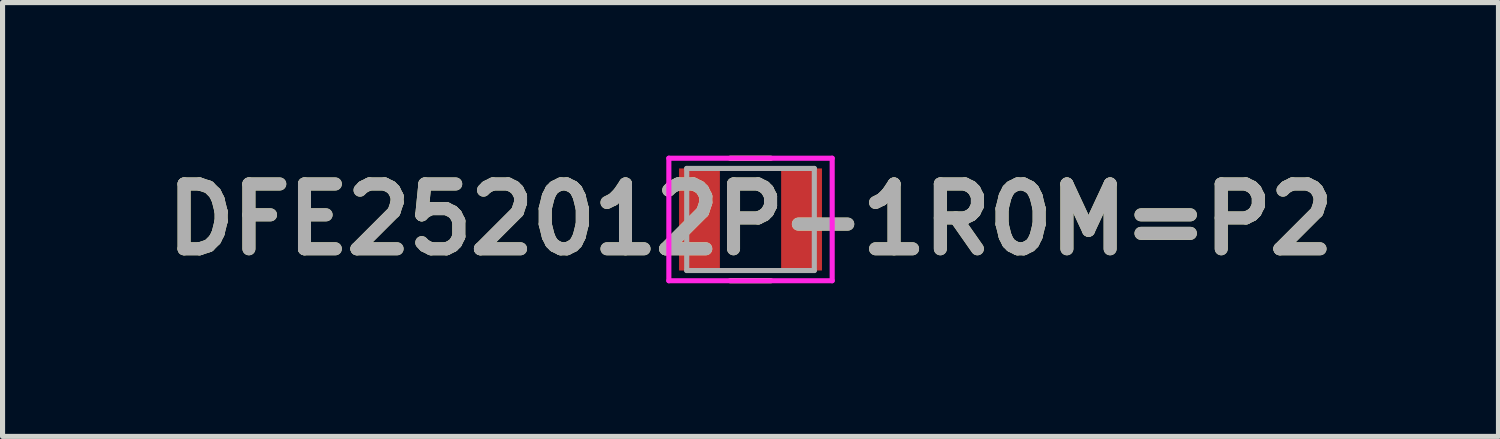
<source format=kicad_pcb>
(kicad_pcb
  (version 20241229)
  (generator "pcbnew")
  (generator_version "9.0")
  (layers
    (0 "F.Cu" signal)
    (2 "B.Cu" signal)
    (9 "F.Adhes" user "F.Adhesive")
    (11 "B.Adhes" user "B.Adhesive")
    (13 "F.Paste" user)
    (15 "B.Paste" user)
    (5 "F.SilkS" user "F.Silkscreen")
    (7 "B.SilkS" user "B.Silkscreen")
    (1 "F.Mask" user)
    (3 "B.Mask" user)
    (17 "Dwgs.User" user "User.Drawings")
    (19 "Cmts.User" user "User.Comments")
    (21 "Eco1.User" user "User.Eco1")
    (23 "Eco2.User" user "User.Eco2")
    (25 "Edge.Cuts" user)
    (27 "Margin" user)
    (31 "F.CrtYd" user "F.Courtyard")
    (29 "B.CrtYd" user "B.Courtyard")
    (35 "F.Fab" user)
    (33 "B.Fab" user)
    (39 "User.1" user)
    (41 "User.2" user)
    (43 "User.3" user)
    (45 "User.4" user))
  (footprint "DFE252012P-1R0M=P2"
    (layer "F.Cu")
    (at 11.654 1.25)
    (property "Reference" "DFE252012P-1R0M=P2" (at 0 0 0) (layer "F.SilkS") (effects (font (size 1.27 1.27) (thickness 0.254))))
    (attr smd)
    (fp_line (start -0.4 -1.2) (end 0.4 -1.2) (stroke (width 0.1) (type solid)) (layer "F.SilkS"))
    (fp_line (start -0.4 1.2) (end 0.4 1.2) (stroke (width 0.1) (type solid)) (layer "F.SilkS"))
    (fp_line (start -1.6 -1.2) (end 1.6 -1.2) (stroke (width 0.1) (type solid)) (layer "F.CrtYd"))
    (fp_line (start -1.6 1.2) (end -1.6 -1.2) (stroke (width 0.1) (type solid)) (layer "F.CrtYd"))
    (fp_line (start 1.6 -1.2) (end 1.6 1.2) (stroke (width 0.1) (type solid)) (layer "F.CrtYd"))
    (fp_line (start 1.6 1.2) (end -1.6 1.2) (stroke (width 0.1) (type solid)) (layer "F.CrtYd"))
    (fp_line (start -1.25 -1) (end 1.25 -1) (stroke (width 0.1) (type solid)) (layer "F.Fab"))
    (fp_line (start -1.25 1) (end -1.25 -1) (stroke (width 0.1) (type solid)) (layer "F.Fab"))
    (fp_line (start 1.25 -1) (end 1.25 1) (stroke (width 0.1) (type solid)) (layer "F.Fab"))
    (fp_line (start 1.25 1) (end -1.25 1) (stroke (width 0.1) (type solid)) (layer "F.Fab"))
    (fp_text user "${REFERENCE}" (at 0 0 0) (layer "F.Fab") (effects (font (size 1.27 1.27) (thickness 0.254))))
    (pad "1" smd rect (at -1 0) (size 0.8 2) (layers "F.Cu" "F.Mask" "F.Paste"))
    (pad "2" smd rect (at 1 0) (size 0.8 2) (layers "F.Cu" "F.Mask" "F.Paste")))
  (gr_rect
    (start -3 -3)
    (end 26.308 5.5)
    (stroke (width 0.1) (type default))
    (fill no)
    (layer "Edge.Cuts")))
</source>
